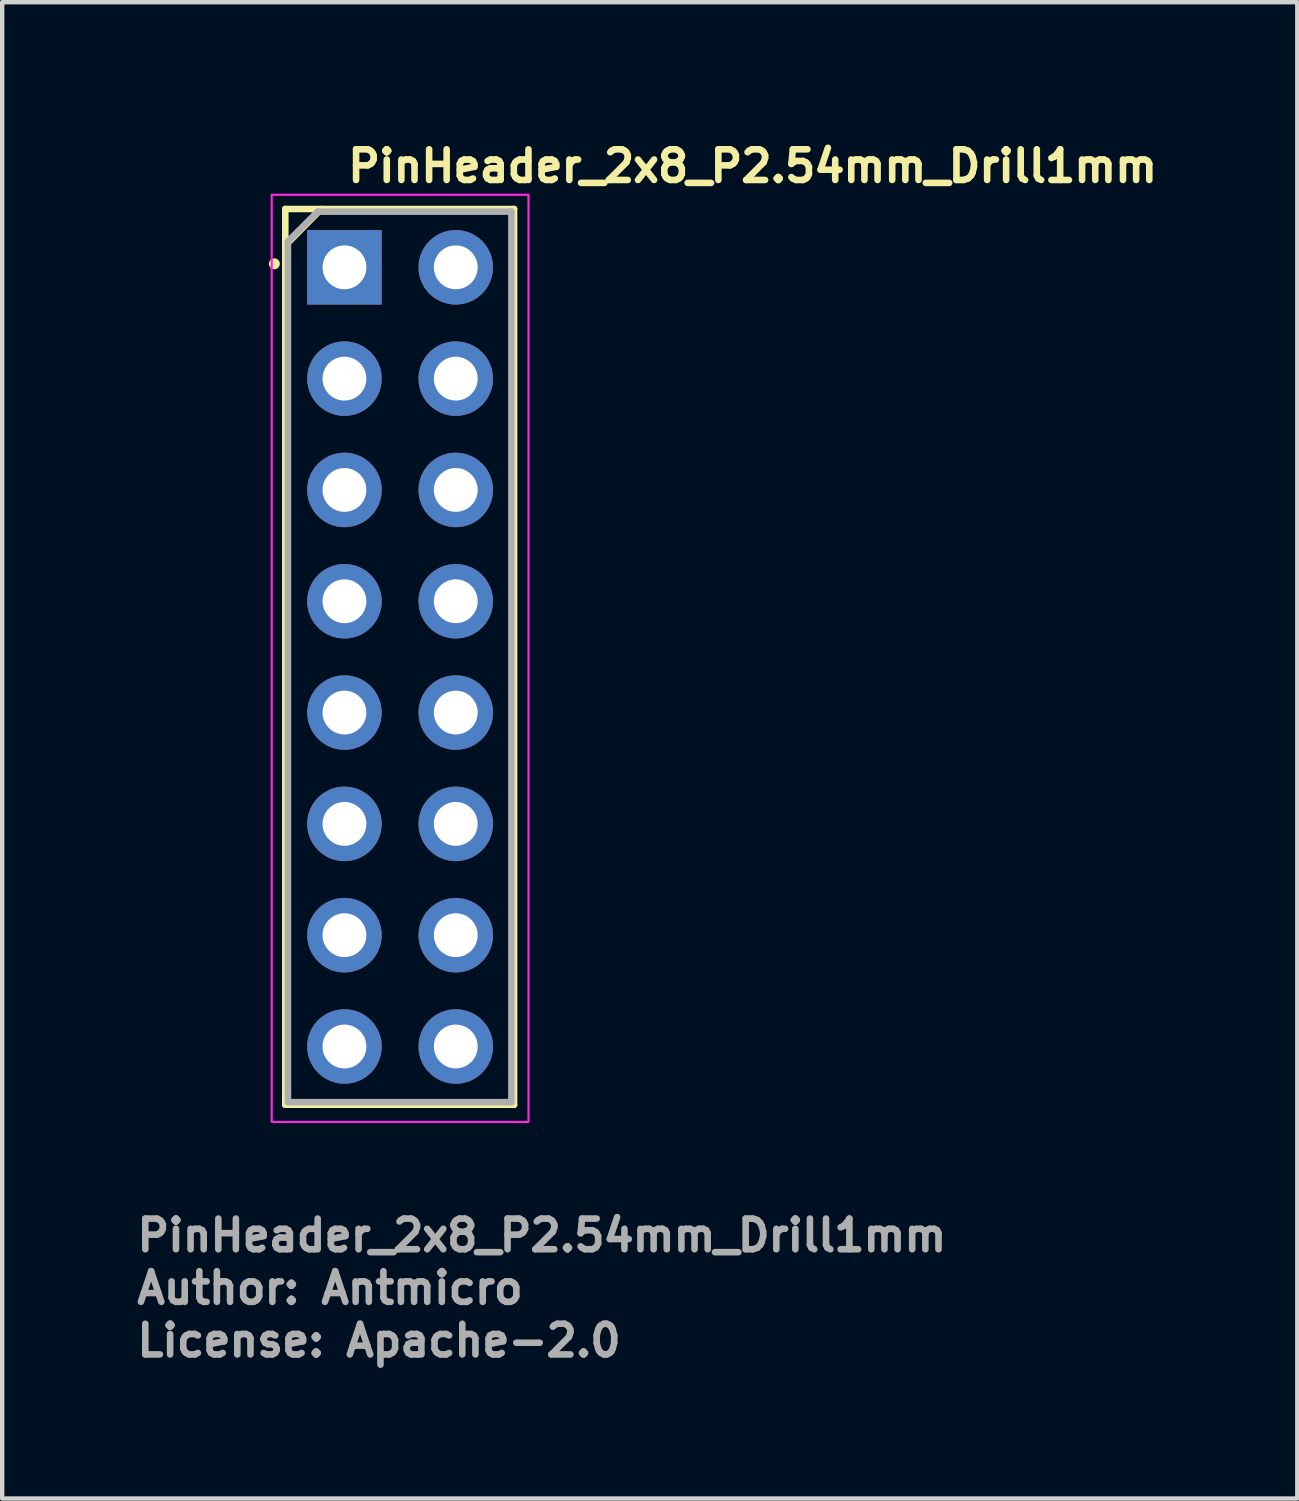
<source format=kicad_pcb>
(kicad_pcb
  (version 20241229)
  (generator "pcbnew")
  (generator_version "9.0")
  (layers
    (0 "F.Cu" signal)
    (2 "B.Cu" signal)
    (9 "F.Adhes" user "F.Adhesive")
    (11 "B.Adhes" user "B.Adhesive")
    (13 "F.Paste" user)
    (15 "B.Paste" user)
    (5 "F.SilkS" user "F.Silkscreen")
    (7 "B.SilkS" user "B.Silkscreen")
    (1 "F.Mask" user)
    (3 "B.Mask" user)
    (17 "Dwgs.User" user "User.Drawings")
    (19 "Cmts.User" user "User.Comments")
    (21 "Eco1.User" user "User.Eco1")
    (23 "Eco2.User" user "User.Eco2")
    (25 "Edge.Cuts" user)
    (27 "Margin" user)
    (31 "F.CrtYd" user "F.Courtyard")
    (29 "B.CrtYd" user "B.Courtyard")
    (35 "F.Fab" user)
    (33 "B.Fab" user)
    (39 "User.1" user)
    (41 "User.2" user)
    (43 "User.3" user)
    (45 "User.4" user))
  (footprint "PinHeader_2x8_P2.54mm_Drill1mm"
    (layer "F.Cu")
    (at 4.81 3.05)
    (property "Reference" "PinHeader_2x8_P2.54mm_Drill1mm" (at 0 -1.9 0) (layer "F.SilkS") (effects (font (size 0.7 0.7) (thickness 0.15)) (justify left bottom)))
    (attr through_hole)
    (fp_line (start -1.35 -1.331) (end -1.35 19.109) (stroke (width 0.15) (type solid)) (layer "F.SilkS"))
    (fp_line (start -1.35 -1.331) (end 3.87 -1.331) (stroke (width 0.15) (type solid)) (layer "F.SilkS"))
    (fp_line (start -1.35 19.109) (end 3.87 19.109) (stroke (width 0.15) (type solid)) (layer "F.SilkS"))
    (fp_line (start -1.34 -0.51) (end -0.53 -1.33) (stroke (width 0.15) (type solid)) (layer "F.SilkS"))
    (fp_line (start 3.87 -1.331) (end 3.87 19.109) (stroke (width 0.15) (type solid)) (layer "F.SilkS"))
    (fp_circle (center -1.6 -0.08) (end -1.55 -0.08) (stroke (width 0.15) (type solid)) (fill yes) (layer "F.SilkS"))
    (fp_rect (start -1.66 -1.655) (end 4.2 19.5) (stroke (width 0.05) (type solid)) (fill no) (layer "F.CrtYd"))
    (fp_line (start -1.29 -0.59) (end -0.61 -1.27) (stroke (width 0.15) (type solid)) (layer "F.Fab"))
    (fp_line (start -1.29 19.05) (end -1.29 -0.59) (stroke (width 0.15) (type solid)) (layer "F.Fab"))
    (fp_line (start -0.61 -1.27) (end 3.809 -1.27) (stroke (width 0.15) (type solid)) (layer "F.Fab"))
    (fp_line (start 3.809 -1.27) (end 3.809 19.05) (stroke (width 0.15) (type solid)) (layer "F.Fab"))
    (fp_line (start 3.809 19.05) (end -1.27 19.05) (stroke (width 0.15) (type solid)) (layer "F.Fab"))
    (fp_rect (start -1.285 -1.255) (end 3.795 19.065) (stroke (width 0.1) (type solid)) (fill no) (layer "User.5"))
    (fp_line (start -1.285 -1.005) (end -1.285 1.035) (stroke (width 0.02) (type solid)) (layer "User.9"))
    (fp_line (start -1.285 -1.005) (end -0.785 -1.255) (stroke (width 0.02) (type solid)) (layer "User.9"))
    (fp_line (start -1.285 1.535) (end -1.285 3.574) (stroke (width 0.02) (type solid)) (layer "User.9"))
    (fp_line (start -1.285 1.535) (end -0.785 1.285) (stroke (width 0.02) (type solid)) (layer "User.9"))
    (fp_line (start -1.285 4.074) (end -1.285 6.115) (stroke (width 0.02) (type solid)) (layer "User.9"))
    (fp_line (start -1.285 4.074) (end -0.785 3.824) (stroke (width 0.02) (type solid)) (layer "User.9"))
    (fp_line (start -1.285 6.615) (end -1.285 8.655) (stroke (width 0.02) (type solid)) (layer "User.9"))
    (fp_line (start -1.285 6.615) (end -0.785 6.365) (stroke (width 0.02) (type solid)) (layer "User.9"))
    (fp_line (start -1.285 9.155) (end -1.285 11.195) (stroke (width 0.02) (type solid)) (layer "User.9"))
    (fp_line (start -1.285 9.155) (end -0.785 8.905) (stroke (width 0.02) (type solid)) (layer "User.9"))
    (fp_line (start -1.285 11.695) (end -1.285 13.735) (stroke (width 0.02) (type solid)) (layer "User.9"))
    (fp_line (start -1.285 11.695) (end -0.785 11.445) (stroke (width 0.02) (type solid)) (layer "User.9"))
    (fp_line (start -1.285 14.235) (end -1.285 16.275) (stroke (width 0.02) (type solid)) (layer "User.9"))
    (fp_line (start -1.285 14.235) (end -0.785 13.985) (stroke (width 0.02) (type solid)) (layer "User.9"))
    (fp_line (start -1.285 16.775) (end -1.285 18.815) (stroke (width 0.02) (type solid)) (layer "User.9"))
    (fp_line (start -1.285 16.775) (end -0.785 16.525) (stroke (width 0.02) (type solid)) (layer "User.9"))
    (fp_line (start -0.785 1.285) (end -1.285 1.035) (stroke (width 0.02) (type solid)) (layer "User.9"))
    (fp_line (start -0.785 3.824) (end -1.285 3.574) (stroke (width 0.02) (type solid)) (layer "User.9"))
    (fp_line (start -0.785 6.365) (end -1.285 6.115) (stroke (width 0.02) (type solid)) (layer "User.9"))
    (fp_line (start -0.785 8.905) (end -1.285 8.655) (stroke (width 0.02) (type solid)) (layer "User.9"))
    (fp_line (start -0.785 11.445) (end -1.285 11.195) (stroke (width 0.02) (type solid)) (layer "User.9"))
    (fp_line (start -0.785 13.985) (end -1.285 13.735) (stroke (width 0.02) (type solid)) (layer "User.9"))
    (fp_line (start -0.785 16.525) (end -1.285 16.275) (stroke (width 0.02) (type solid)) (layer "User.9"))
    (fp_line (start -0.785 19.065) (end -1.285 18.815) (stroke (width 0.02) (type solid)) (layer "User.9"))
    (fp_line (start -0.335 -0.305) (end 0.305 -0.305) (stroke (width 0.02) (type solid)) (layer "User.9"))
    (fp_line (start -0.335 0.335) (end -0.335 -0.305) (stroke (width 0.02) (type solid)) (layer "User.9"))
    (fp_line (start -0.335 0.335) (end -0.135 0.135) (stroke (width 0.02) (type solid)) (layer "User.9"))
    (fp_line (start -0.335 2.235) (end 0.305 2.235) (stroke (width 0.02) (type solid)) (layer "User.9"))
    (fp_line (start -0.335 2.875) (end -0.335 2.235) (stroke (width 0.02) (type solid)) (layer "User.9"))
    (fp_line (start -0.335 2.875) (end -0.135 2.675) (stroke (width 0.02) (type solid)) (layer "User.9"))
    (fp_line (start -0.335 4.775) (end 0.305 4.775) (stroke (width 0.02) (type solid)) (layer "User.9"))
    (fp_line (start -0.335 5.415) (end -0.335 4.775) (stroke (width 0.02) (type solid)) (layer "User.9"))
    (fp_line (start -0.335 5.415) (end -0.135 5.215) (stroke (width 0.02) (type solid)) (layer "User.9"))
    (fp_line (start -0.335 7.315) (end 0.305 7.315) (stroke (width 0.02) (type solid)) (layer "User.9"))
    (fp_line (start -0.335 7.955) (end -0.335 7.315) (stroke (width 0.02) (type solid)) (layer "User.9"))
    (fp_line (start -0.335 7.955) (end -0.135 7.755) (stroke (width 0.02) (type solid)) (layer "User.9"))
    (fp_line (start -0.335 9.855) (end 0.305 9.855) (stroke (width 0.02) (type solid)) (layer "User.9"))
    (fp_line (start -0.335 10.495) (end -0.335 9.855) (stroke (width 0.02) (type solid)) (layer "User.9"))
    (fp_line (start -0.335 10.495) (end -0.135 10.295) (stroke (width 0.02) (type solid)) (layer "User.9"))
    (fp_line (start -0.335 12.394) (end 0.305 12.394) (stroke (width 0.02) (type solid)) (layer "User.9"))
    (fp_line (start -0.335 13.035) (end -0.335 12.394) (stroke (width 0.02) (type solid)) (layer "User.9"))
    (fp_line (start -0.335 13.035) (end -0.135 12.835) (stroke (width 0.02) (type solid)) (layer "User.9"))
    (fp_line (start -0.335 14.935) (end 0.305 14.935) (stroke (width 0.02) (type solid)) (layer "User.9"))
    (fp_line (start -0.335 15.575) (end -0.335 14.935) (stroke (width 0.02) (type solid)) (layer "User.9"))
    (fp_line (start -0.335 15.575) (end -0.135 15.375) (stroke (width 0.02) (type solid)) (layer "User.9"))
    (fp_line (start -0.335 17.475) (end 0.305 17.475) (stroke (width 0.02) (type solid)) (layer "User.9"))
    (fp_line (start -0.335 18.115) (end -0.335 17.475) (stroke (width 0.02) (type solid)) (layer "User.9"))
    (fp_line (start -0.335 18.115) (end -0.135 17.914) (stroke (width 0.02) (type solid)) (layer "User.9"))
    (fp_line (start -0.135 -0.105) (end -0.335 -0.305) (stroke (width 0.02) (type solid)) (layer "User.9"))
    (fp_line (start -0.135 -0.105) (end -0.135 0.135) (stroke (width 0.02) (type solid)) (layer "User.9"))
    (fp_line (start -0.135 0.135) (end 0.105 0.135) (stroke (width 0.02) (type solid)) (layer "User.9"))
    (fp_line (start -0.135 2.435) (end -0.335 2.235) (stroke (width 0.02) (type solid)) (layer "User.9"))
    (fp_line (start -0.135 2.435) (end -0.135 2.675) (stroke (width 0.02) (type solid)) (layer "User.9"))
    (fp_line (start -0.135 2.675) (end 0.105 2.675) (stroke (width 0.02) (type solid)) (layer "User.9"))
    (fp_line (start -0.135 4.975) (end -0.335 4.775) (stroke (width 0.02) (type solid)) (layer "User.9"))
    (fp_line (start -0.135 4.975) (end -0.135 5.215) (stroke (width 0.02) (type solid)) (layer "User.9"))
    (fp_line (start -0.135 5.215) (end 0.105 5.215) (stroke (width 0.02) (type solid)) (layer "User.9"))
    (fp_line (start -0.135 7.515) (end -0.335 7.315) (stroke (width 0.02) (type solid)) (layer "User.9"))
    (fp_line (start -0.135 7.515) (end -0.135 7.755) (stroke (width 0.02) (type solid)) (layer "User.9"))
    (fp_line (start -0.135 7.755) (end 0.105 7.755) (stroke (width 0.02) (type solid)) (layer "User.9"))
    (fp_line (start -0.135 10.055) (end -0.335 9.855) (stroke (width 0.02) (type solid)) (layer "User.9"))
    (fp_line (start -0.135 10.055) (end -0.135 10.295) (stroke (width 0.02) (type solid)) (layer "User.9"))
    (fp_line (start -0.135 10.295) (end 0.105 10.295) (stroke (width 0.02) (type solid)) (layer "User.9"))
    (fp_line (start -0.135 12.595) (end -0.335 12.394) (stroke (width 0.02) (type solid)) (layer "User.9"))
    (fp_line (start -0.135 12.595) (end -0.135 12.835) (stroke (width 0.02) (type solid)) (layer "User.9"))
    (fp_line (start -0.135 12.835) (end 0.105 12.835) (stroke (width 0.02) (type solid)) (layer "User.9"))
    (fp_line (start -0.135 15.135) (end -0.335 14.935) (stroke (width 0.02) (type solid)) (layer "User.9"))
    (fp_line (start -0.135 15.135) (end -0.135 15.375) (stroke (width 0.02) (type solid)) (layer "User.9"))
    (fp_line (start -0.135 15.375) (end 0.105 15.375) (stroke (width 0.02) (type solid)) (layer "User.9"))
    (fp_line (start -0.135 17.675) (end -0.335 17.475) (stroke (width 0.02) (type solid)) (layer "User.9"))
    (fp_line (start -0.135 17.675) (end -0.135 17.914) (stroke (width 0.02) (type solid)) (layer "User.9"))
    (fp_line (start -0.135 17.914) (end 0.105 17.914) (stroke (width 0.02) (type solid)) (layer "User.9"))
    (fp_line (start 0.105 -0.105) (end -0.135 -0.105) (stroke (width 0.02) (type solid)) (layer "User.9"))
    (fp_line (start 0.105 -0.105) (end 0.305 -0.305) (stroke (width 0.02) (type solid)) (layer "User.9"))
    (fp_line (start 0.105 0.135) (end 0.105 -0.105) (stroke (width 0.02) (type solid)) (layer "User.9"))
    (fp_line (start 0.105 0.135) (end 0.305 0.335) (stroke (width 0.02) (type solid)) (layer "User.9"))
    (fp_line (start 0.105 2.435) (end -0.135 2.435) (stroke (width 0.02) (type solid)) (layer "User.9"))
    (fp_line (start 0.105 2.435) (end 0.305 2.235) (stroke (width 0.02) (type solid)) (layer "User.9"))
    (fp_line (start 0.105 2.675) (end 0.105 2.435) (stroke (width 0.02) (type solid)) (layer "User.9"))
    (fp_line (start 0.105 2.675) (end 0.305 2.875) (stroke (width 0.02) (type solid)) (layer "User.9"))
    (fp_line (start 0.105 4.975) (end -0.135 4.975) (stroke (width 0.02) (type solid)) (layer "User.9"))
    (fp_line (start 0.105 4.975) (end 0.305 4.775) (stroke (width 0.02) (type solid)) (layer "User.9"))
    (fp_line (start 0.105 5.215) (end 0.105 4.975) (stroke (width 0.02) (type solid)) (layer "User.9"))
    (fp_line (start 0.105 5.215) (end 0.305 5.415) (stroke (width 0.02) (type solid)) (layer "User.9"))
    (fp_line (start 0.105 7.515) (end -0.135 7.515) (stroke (width 0.02) (type solid)) (layer "User.9"))
    (fp_line (start 0.105 7.515) (end 0.305 7.315) (stroke (width 0.02) (type solid)) (layer "User.9"))
    (fp_line (start 0.105 7.755) (end 0.105 7.515) (stroke (width 0.02) (type solid)) (layer "User.9"))
    (fp_line (start 0.105 7.755) (end 0.305 7.955) (stroke (width 0.02) (type solid)) (layer "User.9"))
    (fp_line (start 0.105 10.055) (end -0.135 10.055) (stroke (width 0.02) (type solid)) (layer "User.9"))
    (fp_line (start 0.105 10.055) (end 0.305 9.855) (stroke (width 0.02) (type solid)) (layer "User.9"))
    (fp_line (start 0.105 10.295) (end 0.105 10.055) (stroke (width 0.02) (type solid)) (layer "User.9"))
    (fp_line (start 0.105 10.295) (end 0.305 10.495) (stroke (width 0.02) (type solid)) (layer "User.9"))
    (fp_line (start 0.105 12.595) (end -0.135 12.595) (stroke (width 0.02) (type solid)) (layer "User.9"))
    (fp_line (start 0.105 12.595) (end 0.305 12.394) (stroke (width 0.02) (type solid)) (layer "User.9"))
    (fp_line (start 0.105 12.835) (end 0.105 12.595) (stroke (width 0.02) (type solid)) (layer "User.9"))
    (fp_line (start 0.105 12.835) (end 0.305 13.035) (stroke (width 0.02) (type solid)) (layer "User.9"))
    (fp_line (start 0.105 15.135) (end -0.135 15.135) (stroke (width 0.02) (type solid)) (layer "User.9"))
    (fp_line (start 0.105 15.135) (end 0.305 14.935) (stroke (width 0.02) (type solid)) (layer "User.9"))
    (fp_line (start 0.105 15.375) (end 0.105 15.135) (stroke (width 0.02) (type solid)) (layer "User.9"))
    (fp_line (start 0.105 15.375) (end 0.305 15.575) (stroke (width 0.02) (type solid)) (layer "User.9"))
    (fp_line (start 0.105 17.675) (end -0.135 17.675) (stroke (width 0.02) (type solid)) (layer "User.9"))
    (fp_line (start 0.105 17.675) (end 0.305 17.475) (stroke (width 0.02) (type solid)) (layer "User.9"))
    (fp_line (start 0.105 17.914) (end 0.105 17.675) (stroke (width 0.02) (type solid)) (layer "User.9"))
    (fp_line (start 0.105 17.914) (end 0.305 18.115) (stroke (width 0.02) (type solid)) (layer "User.9"))
    (fp_line (start 0.305 -0.305) (end 0.305 0.335) (stroke (width 0.02) (type solid)) (layer "User.9"))
    (fp_line (start 0.305 0.335) (end -0.335 0.335) (stroke (width 0.02) (type solid)) (layer "User.9"))
    (fp_line (start 0.305 2.235) (end 0.305 2.875) (stroke (width 0.02) (type solid)) (layer "User.9"))
    (fp_line (start 0.305 2.875) (end -0.335 2.875) (stroke (width 0.02) (type solid)) (layer "User.9"))
    (fp_line (start 0.305 4.775) (end 0.305 5.415) (stroke (width 0.02) (type solid)) (layer "User.9"))
    (fp_line (start 0.305 5.415) (end -0.335 5.415) (stroke (width 0.02) (type solid)) (layer "User.9"))
    (fp_line (start 0.305 7.315) (end 0.305 7.955) (stroke (width 0.02) (type solid)) (layer "User.9"))
    (fp_line (start 0.305 7.955) (end -0.335 7.955) (stroke (width 0.02) (type solid)) (layer "User.9"))
    (fp_line (start 0.305 9.855) (end 0.305 10.495) (stroke (width 0.02) (type solid)) (layer "User.9"))
    (fp_line (start 0.305 10.495) (end -0.335 10.495) (stroke (width 0.02) (type solid)) (layer "User.9"))
    (fp_line (start 0.305 12.394) (end 0.305 13.035) (stroke (width 0.02) (type solid)) (layer "User.9"))
    (fp_line (start 0.305 13.035) (end -0.335 13.035) (stroke (width 0.02) (type solid)) (layer "User.9"))
    (fp_line (start 0.305 14.935) (end 0.305 15.575) (stroke (width 0.02) (type solid)) (layer "User.9"))
    (fp_line (start 0.305 15.575) (end -0.335 15.575) (stroke (width 0.02) (type solid)) (layer "User.9"))
    (fp_line (start 0.305 17.475) (end 0.305 18.115) (stroke (width 0.02) (type solid)) (layer "User.9"))
    (fp_line (start 0.305 18.115) (end -0.335 18.115) (stroke (width 0.02) (type solid)) (layer "User.9"))
    (fp_line (start 2.205 -0.305) (end 2.845 -0.305) (stroke (width 0.02) (type solid)) (layer "User.9"))
    (fp_line (start 2.205 0.335) (end 2.205 -0.305) (stroke (width 0.02) (type solid)) (layer "User.9"))
    (fp_line (start 2.205 0.335) (end 2.405 0.135) (stroke (width 0.02) (type solid)) (layer "User.9"))
    (fp_line (start 2.205 2.235) (end 2.845 2.235) (stroke (width 0.02) (type solid)) (layer "User.9"))
    (fp_line (start 2.205 2.875) (end 2.205 2.235) (stroke (width 0.02) (type solid)) (layer "User.9"))
    (fp_line (start 2.205 2.875) (end 2.405 2.675) (stroke (width 0.02) (type solid)) (layer "User.9"))
    (fp_line (start 2.205 4.775) (end 2.845 4.775) (stroke (width 0.02) (type solid)) (layer "User.9"))
    (fp_line (start 2.205 5.415) (end 2.205 4.775) (stroke (width 0.02) (type solid)) (layer "User.9"))
    (fp_line (start 2.205 5.415) (end 2.405 5.215) (stroke (width 0.02) (type solid)) (layer "User.9"))
    (fp_line (start 2.205 7.315) (end 2.845 7.315) (stroke (width 0.02) (type solid)) (layer "User.9"))
    (fp_line (start 2.205 7.955) (end 2.205 7.315) (stroke (width 0.02) (type solid)) (layer "User.9"))
    (fp_line (start 2.205 7.955) (end 2.405 7.755) (stroke (width 0.02) (type solid)) (layer "User.9"))
    (fp_line (start 2.205 9.855) (end 2.845 9.855) (stroke (width 0.02) (type solid)) (layer "User.9"))
    (fp_line (start 2.205 10.495) (end 2.205 9.855) (stroke (width 0.02) (type solid)) (layer "User.9"))
    (fp_line (start 2.205 10.495) (end 2.405 10.295) (stroke (width 0.02) (type solid)) (layer "User.9"))
    (fp_line (start 2.205 12.394) (end 2.845 12.394) (stroke (width 0.02) (type solid)) (layer "User.9"))
    (fp_line (start 2.205 13.035) (end 2.205 12.394) (stroke (width 0.02) (type solid)) (layer "User.9"))
    (fp_line (start 2.205 13.035) (end 2.405 12.835) (stroke (width 0.02) (type solid)) (layer "User.9"))
    (fp_line (start 2.205 14.935) (end 2.845 14.935) (stroke (width 0.02) (type solid)) (layer "User.9"))
    (fp_line (start 2.205 15.575) (end 2.205 14.935) (stroke (width 0.02) (type solid)) (layer "User.9"))
    (fp_line (start 2.205 15.575) (end 2.405 15.375) (stroke (width 0.02) (type solid)) (layer "User.9"))
    (fp_line (start 2.205 17.475) (end 2.845 17.475) (stroke (width 0.02) (type solid)) (layer "User.9"))
    (fp_line (start 2.205 18.115) (end 2.205 17.475) (stroke (width 0.02) (type solid)) (layer "User.9"))
    (fp_line (start 2.205 18.115) (end 2.405 17.914) (stroke (width 0.02) (type solid)) (layer "User.9"))
    (fp_line (start 2.405 -0.105) (end 2.205 -0.305) (stroke (width 0.02) (type solid)) (layer "User.9"))
    (fp_line (start 2.405 -0.105) (end 2.405 0.135) (stroke (width 0.02) (type solid)) (layer "User.9"))
    (fp_line (start 2.405 0.135) (end 2.645 0.135) (stroke (width 0.02) (type solid)) (layer "User.9"))
    (fp_line (start 2.405 2.435) (end 2.205 2.235) (stroke (width 0.02) (type solid)) (layer "User.9"))
    (fp_line (start 2.405 2.435) (end 2.405 2.675) (stroke (width 0.02) (type solid)) (layer "User.9"))
    (fp_line (start 2.405 2.675) (end 2.645 2.675) (stroke (width 0.02) (type solid)) (layer "User.9"))
    (fp_line (start 2.405 4.975) (end 2.205 4.775) (stroke (width 0.02) (type solid)) (layer "User.9"))
    (fp_line (start 2.405 4.975) (end 2.405 5.215) (stroke (width 0.02) (type solid)) (layer "User.9"))
    (fp_line (start 2.405 5.215) (end 2.645 5.215) (stroke (width 0.02) (type solid)) (layer "User.9"))
    (fp_line (start 2.405 7.515) (end 2.205 7.315) (stroke (width 0.02) (type solid)) (layer "User.9"))
    (fp_line (start 2.405 7.515) (end 2.405 7.755) (stroke (width 0.02) (type solid)) (layer "User.9"))
    (fp_line (start 2.405 7.755) (end 2.645 7.755) (stroke (width 0.02) (type solid)) (layer "User.9"))
    (fp_line (start 2.405 10.055) (end 2.205 9.855) (stroke (width 0.02) (type solid)) (layer "User.9"))
    (fp_line (start 2.405 10.055) (end 2.405 10.295) (stroke (width 0.02) (type solid)) (layer "User.9"))
    (fp_line (start 2.405 10.295) (end 2.645 10.295) (stroke (width 0.02) (type solid)) (layer "User.9"))
    (fp_line (start 2.405 12.595) (end 2.205 12.394) (stroke (width 0.02) (type solid)) (layer "User.9"))
    (fp_line (start 2.405 12.595) (end 2.405 12.835) (stroke (width 0.02) (type solid)) (layer "User.9"))
    (fp_line (start 2.405 12.835) (end 2.645 12.835) (stroke (width 0.02) (type solid)) (layer "User.9"))
    (fp_line (start 2.405 15.135) (end 2.205 14.935) (stroke (width 0.02) (type solid)) (layer "User.9"))
    (fp_line (start 2.405 15.135) (end 2.405 15.375) (stroke (width 0.02) (type solid)) (layer "User.9"))
    (fp_line (start 2.405 15.375) (end 2.645 15.375) (stroke (width 0.02) (type solid)) (layer "User.9"))
    (fp_line (start 2.405 17.675) (end 2.205 17.475) (stroke (width 0.02) (type solid)) (layer "User.9"))
    (fp_line (start 2.405 17.675) (end 2.405 17.914) (stroke (width 0.02) (type solid)) (layer "User.9"))
    (fp_line (start 2.405 17.914) (end 2.645 17.914) (stroke (width 0.02) (type solid)) (layer "User.9"))
    (fp_line (start 2.645 -0.105) (end 2.405 -0.105) (stroke (width 0.02) (type solid)) (layer "User.9"))
    (fp_line (start 2.645 -0.105) (end 2.845 -0.305) (stroke (width 0.02) (type solid)) (layer "User.9"))
    (fp_line (start 2.645 0.135) (end 2.645 -0.105) (stroke (width 0.02) (type solid)) (layer "User.9"))
    (fp_line (start 2.645 0.135) (end 2.845 0.335) (stroke (width 0.02) (type solid)) (layer "User.9"))
    (fp_line (start 2.645 2.435) (end 2.405 2.435) (stroke (width 0.02) (type solid)) (layer "User.9"))
    (fp_line (start 2.645 2.435) (end 2.845 2.235) (stroke (width 0.02) (type solid)) (layer "User.9"))
    (fp_line (start 2.645 2.675) (end 2.645 2.435) (stroke (width 0.02) (type solid)) (layer "User.9"))
    (fp_line (start 2.645 2.675) (end 2.845 2.875) (stroke (width 0.02) (type solid)) (layer "User.9"))
    (fp_line (start 2.645 4.975) (end 2.405 4.975) (stroke (width 0.02) (type solid)) (layer "User.9"))
    (fp_line (start 2.645 4.975) (end 2.845 4.775) (stroke (width 0.02) (type solid)) (layer "User.9"))
    (fp_line (start 2.645 5.215) (end 2.645 4.975) (stroke (width 0.02) (type solid)) (layer "User.9"))
    (fp_line (start 2.645 5.215) (end 2.845 5.415) (stroke (width 0.02) (type solid)) (layer "User.9"))
    (fp_line (start 2.645 7.515) (end 2.405 7.515) (stroke (width 0.02) (type solid)) (layer "User.9"))
    (fp_line (start 2.645 7.515) (end 2.845 7.315) (stroke (width 0.02) (type solid)) (layer "User.9"))
    (fp_line (start 2.645 7.755) (end 2.645 7.515) (stroke (width 0.02) (type solid)) (layer "User.9"))
    (fp_line (start 2.645 7.755) (end 2.845 7.955) (stroke (width 0.02) (type solid)) (layer "User.9"))
    (fp_line (start 2.645 10.055) (end 2.405 10.055) (stroke (width 0.02) (type solid)) (layer "User.9"))
    (fp_line (start 2.645 10.055) (end 2.845 9.855) (stroke (width 0.02) (type solid)) (layer "User.9"))
    (fp_line (start 2.645 10.295) (end 2.645 10.055) (stroke (width 0.02) (type solid)) (layer "User.9"))
    (fp_line (start 2.645 10.295) (end 2.845 10.495) (stroke (width 0.02) (type solid)) (layer "User.9"))
    (fp_line (start 2.645 12.595) (end 2.405 12.595) (stroke (width 0.02) (type solid)) (layer "User.9"))
    (fp_line (start 2.645 12.595) (end 2.845 12.394) (stroke (width 0.02) (type solid)) (layer "User.9"))
    (fp_line (start 2.645 12.835) (end 2.645 12.595) (stroke (width 0.02) (type solid)) (layer "User.9"))
    (fp_line (start 2.645 12.835) (end 2.845 13.035) (stroke (width 0.02) (type solid)) (layer "User.9"))
    (fp_line (start 2.645 15.135) (end 2.405 15.135) (stroke (width 0.02) (type solid)) (layer "User.9"))
    (fp_line (start 2.645 15.135) (end 2.845 14.935) (stroke (width 0.02) (type solid)) (layer "User.9"))
    (fp_line (start 2.645 15.375) (end 2.645 15.135) (stroke (width 0.02) (type solid)) (layer "User.9"))
    (fp_line (start 2.645 15.375) (end 2.845 15.575) (stroke (width 0.02) (type solid)) (layer "User.9"))
    (fp_line (start 2.645 17.675) (end 2.405 17.675) (stroke (width 0.02) (type solid)) (layer "User.9"))
    (fp_line (start 2.645 17.675) (end 2.845 17.475) (stroke (width 0.02) (type solid)) (layer "User.9"))
    (fp_line (start 2.645 17.914) (end 2.645 17.675) (stroke (width 0.02) (type solid)) (layer "User.9"))
    (fp_line (start 2.645 17.914) (end 2.845 18.115) (stroke (width 0.02) (type solid)) (layer "User.9"))
    (fp_line (start 2.845 -0.305) (end 2.845 0.335) (stroke (width 0.02) (type solid)) (layer "User.9"))
    (fp_line (start 2.845 0.335) (end 2.205 0.335) (stroke (width 0.02) (type solid)) (layer "User.9"))
    (fp_line (start 2.845 2.235) (end 2.845 2.875) (stroke (width 0.02) (type solid)) (layer "User.9"))
    (fp_line (start 2.845 2.875) (end 2.205 2.875) (stroke (width 0.02) (type solid)) (layer "User.9"))
    (fp_line (start 2.845 4.775) (end 2.845 5.415) (stroke (width 0.02) (type solid)) (layer "User.9"))
    (fp_line (start 2.845 5.415) (end 2.205 5.415) (stroke (width 0.02) (type solid)) (layer "User.9"))
    (fp_line (start 2.845 7.315) (end 2.845 7.955) (stroke (width 0.02) (type solid)) (layer "User.9"))
    (fp_line (start 2.845 7.955) (end 2.205 7.955) (stroke (width 0.02) (type solid)) (layer "User.9"))
    (fp_line (start 2.845 9.855) (end 2.845 10.495) (stroke (width 0.02) (type solid)) (layer "User.9"))
    (fp_line (start 2.845 10.495) (end 2.205 10.495) (stroke (width 0.02) (type solid)) (layer "User.9"))
    (fp_line (start 2.845 12.394) (end 2.845 13.035) (stroke (width 0.02) (type solid)) (layer "User.9"))
    (fp_line (start 2.845 13.035) (end 2.205 13.035) (stroke (width 0.02) (type solid)) (layer "User.9"))
    (fp_line (start 2.845 14.935) (end 2.845 15.575) (stroke (width 0.02) (type solid)) (layer "User.9"))
    (fp_line (start 2.845 15.575) (end 2.205 15.575) (stroke (width 0.02) (type solid)) (layer "User.9"))
    (fp_line (start 2.845 17.475) (end 2.845 18.115) (stroke (width 0.02) (type solid)) (layer "User.9"))
    (fp_line (start 2.845 18.115) (end 2.205 18.115) (stroke (width 0.02) (type solid)) (layer "User.9"))
    (fp_line (start 3.295 -1.255) (end -0.785 -1.255) (stroke (width 0.02) (type solid)) (layer "User.9"))
    (fp_line (start 3.295 1.285) (end 3.795 1.035) (stroke (width 0.02) (type solid)) (layer "User.9"))
    (fp_line (start 3.295 3.824) (end 3.795 3.574) (stroke (width 0.02) (type solid)) (layer "User.9"))
    (fp_line (start 3.295 6.365) (end 3.795 6.115) (stroke (width 0.02) (type solid)) (layer "User.9"))
    (fp_line (start 3.295 8.905) (end 3.795 8.655) (stroke (width 0.02) (type solid)) (layer "User.9"))
    (fp_line (start 3.295 11.445) (end 3.795 11.195) (stroke (width 0.02) (type solid)) (layer "User.9"))
    (fp_line (start 3.295 13.985) (end 3.795 13.735) (stroke (width 0.02) (type solid)) (layer "User.9"))
    (fp_line (start 3.295 16.525) (end 3.795 16.275) (stroke (width 0.02) (type solid)) (layer "User.9"))
    (fp_line (start 3.295 19.065) (end -0.785 19.065) (stroke (width 0.02) (type solid)) (layer "User.9"))
    (fp_line (start 3.295 19.065) (end 3.795 18.815) (stroke (width 0.02) (type solid)) (layer "User.9"))
    (fp_line (start 3.795 -1.005) (end 3.295 -1.255) (stroke (width 0.02) (type solid)) (layer "User.9"))
    (fp_line (start 3.795 -1.005) (end 3.795 1.035) (stroke (width 0.02) (type solid)) (layer "User.9"))
    (fp_line (start 3.795 1.535) (end 3.295 1.285) (stroke (width 0.02) (type solid)) (layer "User.9"))
    (fp_line (start 3.795 1.535) (end 3.795 3.574) (stroke (width 0.02) (type solid)) (layer "User.9"))
    (fp_line (start 3.795 4.074) (end 3.295 3.824) (stroke (width 0.02) (type solid)) (layer "User.9"))
    (fp_line (start 3.795 4.074) (end 3.795 6.115) (stroke (width 0.02) (type solid)) (layer "User.9"))
    (fp_line (start 3.795 6.615) (end 3.295 6.365) (stroke (width 0.02) (type solid)) (layer "User.9"))
    (fp_line (start 3.795 6.615) (end 3.795 8.655) (stroke (width 0.02) (type solid)) (layer "User.9"))
    (fp_line (start 3.795 9.155) (end 3.295 8.905) (stroke (width 0.02) (type solid)) (layer "User.9"))
    (fp_line (start 3.795 9.155) (end 3.795 11.195) (stroke (width 0.02) (type solid)) (layer "User.9"))
    (fp_line (start 3.795 11.695) (end 3.295 11.445) (stroke (width 0.02) (type solid)) (layer "User.9"))
    (fp_line (start 3.795 11.695) (end 3.795 13.735) (stroke (width 0.02) (type solid)) (layer "User.9"))
    (fp_line (start 3.795 14.235) (end 3.295 13.985) (stroke (width 0.02) (type solid)) (layer "User.9"))
    (fp_line (start 3.795 14.235) (end 3.795 16.275) (stroke (width 0.02) (type solid)) (layer "User.9"))
    (fp_line (start 3.795 16.775) (end 3.295 16.525) (stroke (width 0.02) (type solid)) (layer "User.9"))
    (fp_line (start 3.795 16.775) (end 3.795 18.815) (stroke (width 0.02) (type solid)) (layer "User.9"))
    (fp_text user "License: Apache-2.0" (at -4.81 24.9 0) (layer "F.Fab") (effects (font (size 0.7 0.7) (thickness 0.15)) (justify left bottom)))
    (fp_text user "${REFERENCE}" (at -4.81 22.5 0) (layer "F.Fab") (effects (font (size 0.7 0.7) (thickness 0.15)) (justify left bottom)))
    (fp_text user "Author: Antmicro" (at -4.81 23.7 0) (layer "F.Fab") (effects (font (size 0.7 0.7) (thickness 0.15)) (justify left bottom)))
    (pad "1" thru_hole rect (at 0 0) (size 1.7 1.7) (drill 1) (layers "*.Cu" "*.Mask"))
    (pad "2" thru_hole oval (at 2.54 0) (size 1.7 1.7) (drill 1) (layers "*.Cu" "*.Mask"))
    (pad "3" thru_hole oval (at 0 2.54) (size 1.7 1.7) (drill 1) (layers "*.Cu" "*.Mask"))
    (pad "4" thru_hole oval (at 2.54 2.54) (size 1.7 1.7) (drill 1) (layers "*.Cu" "*.Mask"))
    (pad "5" thru_hole oval (at 0 5.08) (size 1.7 1.7) (drill 1) (layers "*.Cu" "*.Mask"))
    (pad "6" thru_hole oval (at 2.54 5.08) (size 1.7 1.7) (drill 1) (layers "*.Cu" "*.Mask"))
    (pad "7" thru_hole oval (at 0 7.62) (size 1.7 1.7) (drill 1) (layers "*.Cu" "*.Mask"))
    (pad "8" thru_hole oval (at 2.54 7.62) (size 1.7 1.7) (drill 1) (layers "*.Cu" "*.Mask"))
    (pad "9" thru_hole oval (at 0 10.16) (size 1.7 1.7) (drill 1) (layers "*.Cu" "*.Mask"))
    (pad "10" thru_hole oval (at 2.54 10.16) (size 1.7 1.7) (drill 1) (layers "*.Cu" "*.Mask"))
    (pad "11" thru_hole oval (at 0 12.7) (size 1.7 1.7) (drill 1) (layers "*.Cu" "*.Mask"))
    (pad "12" thru_hole oval (at 2.54 12.7) (size 1.7 1.7) (drill 1) (layers "*.Cu" "*.Mask"))
    (pad "13" thru_hole oval (at 0 15.24) (size 1.7 1.7) (drill 1) (layers "*.Cu" "*.Mask"))
    (pad "14" thru_hole oval (at 2.54 15.24) (size 1.7 1.7) (drill 1) (layers "*.Cu" "*.Mask"))
    (pad "15" thru_hole oval (at 0 17.78) (size 1.7 1.7) (drill 1) (layers "*.Cu" "*.Mask"))
    (pad "16" thru_hole oval (at 2.54 17.78) (size 1.7 1.7) (drill 1) (layers "*.Cu" "*.Mask")))
  (gr_rect
    (start -3 -3)
    (end 26.553 31.145)
    (stroke (width 0.1) (type default))
    (fill no)
    (layer "Edge.Cuts")))
</source>
